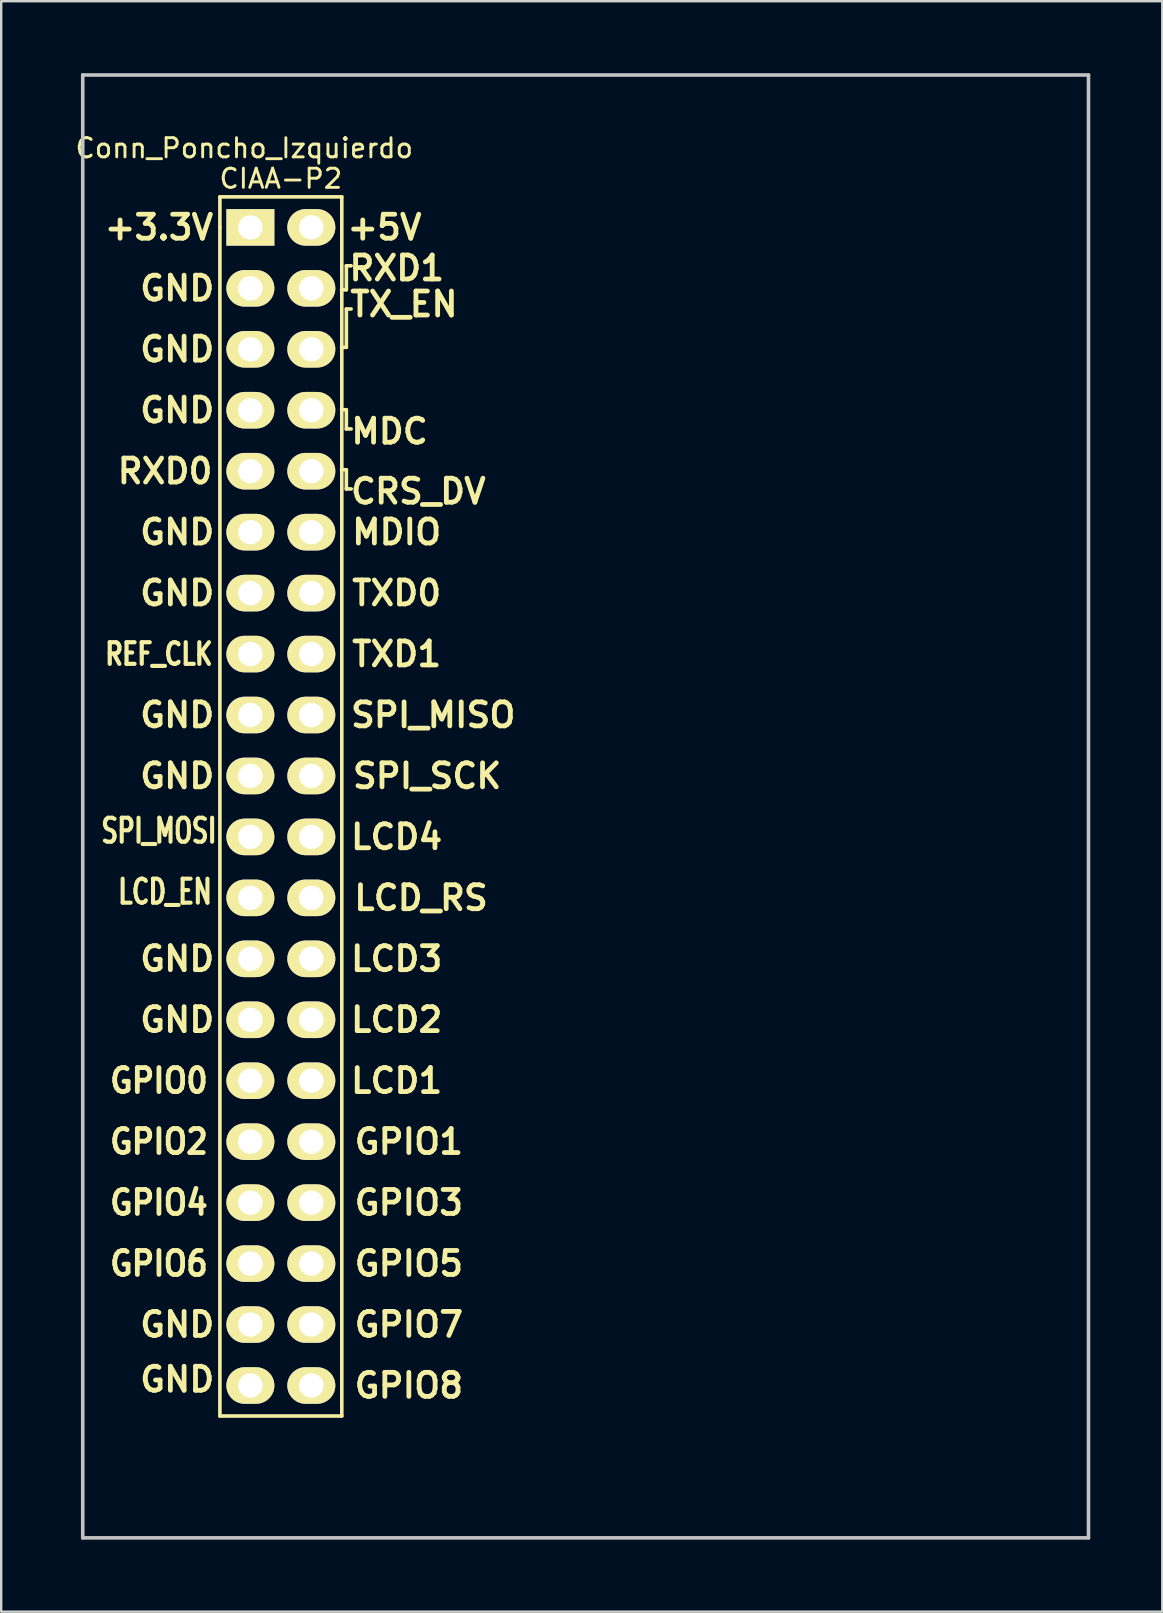
<source format=kicad_pcb>
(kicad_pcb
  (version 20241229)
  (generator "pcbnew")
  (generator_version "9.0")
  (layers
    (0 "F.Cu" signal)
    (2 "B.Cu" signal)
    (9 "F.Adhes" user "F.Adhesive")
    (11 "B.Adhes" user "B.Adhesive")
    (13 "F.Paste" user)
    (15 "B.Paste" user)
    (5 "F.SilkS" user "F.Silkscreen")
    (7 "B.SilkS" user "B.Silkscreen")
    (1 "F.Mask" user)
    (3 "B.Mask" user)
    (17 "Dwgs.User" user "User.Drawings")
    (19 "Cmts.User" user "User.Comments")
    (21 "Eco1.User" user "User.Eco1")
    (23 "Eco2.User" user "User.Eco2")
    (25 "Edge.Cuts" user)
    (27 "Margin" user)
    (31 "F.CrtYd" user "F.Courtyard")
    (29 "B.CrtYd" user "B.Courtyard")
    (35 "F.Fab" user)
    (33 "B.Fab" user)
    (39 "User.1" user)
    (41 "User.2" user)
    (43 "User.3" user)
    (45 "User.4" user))
  (footprint "Conn_Poncho_Izquierdo"
    (layer "F.Cu")
    (at 7.383 6.425)
    (property "Reference" "Conn_Poncho_Izquierdo" (at -0.254 -3.302 0) (layer "F.SilkS") (effects (font (size 0.8 0.8) (thickness 0.12))))
    (attr through_hole)
    (fp_line (start -1.27 -1.27) (end 3.81 -1.27) (stroke (width 0.15) (type solid)) (layer "F.SilkS"))
    (fp_line (start -1.27 0) (end -1.27 -1.27) (stroke (width 0.15) (type solid)) (layer "F.SilkS"))
    (fp_line (start -1.27 49.53) (end -1.27 0) (stroke (width 0.15) (type solid)) (layer "F.SilkS"))
    (fp_line (start 3.81 -1.27) (end 3.81 49.53) (stroke (width 0.15) (type solid)) (layer "F.SilkS"))
    (fp_line (start 3.81 49.53) (end -1.27 49.53) (stroke (width 0.15) (type solid)) (layer "F.SilkS"))
    (fp_line (start 4 1.6) (end 4 2.6) (stroke (width 0.15) (type solid)) (layer "F.SilkS"))
    (fp_line (start 4 2.6) (end 3.8 2.6) (stroke (width 0.15) (type solid)) (layer "F.SilkS"))
    (fp_line (start 4 3.4) (end 4 5) (stroke (width 0.15) (type solid)) (layer "F.SilkS"))
    (fp_line (start 4 5) (end 3.8 5) (stroke (width 0.15) (type solid)) (layer "F.SilkS"))
    (fp_line (start 4 7.6) (end 3.8 7.6) (stroke (width 0.15) (type solid)) (layer "F.SilkS"))
    (fp_line (start 4 8.4) (end 4 7.6) (stroke (width 0.15) (type solid)) (layer "F.SilkS"))
    (fp_line (start 4 10.1) (end 3.8 10.1) (stroke (width 0.15) (type solid)) (layer "F.SilkS"))
    (fp_line (start 4 10.9) (end 4 10.1) (stroke (width 0.15) (type solid)) (layer "F.SilkS"))
    (fp_line (start 4.2 1.6) (end 4 1.6) (stroke (width 0.15) (type solid)) (layer "F.SilkS"))
    (fp_line (start 4.2 3.4) (end 4 3.4) (stroke (width 0.15) (type solid)) (layer "F.SilkS"))
    (fp_line (start 4.2 8.4) (end 4 8.4) (stroke (width 0.15) (type solid)) (layer "F.SilkS"))
    (fp_line (start 4.2 10.9) (end 4 10.9) (stroke (width 0.15) (type solid)) (layer "F.SilkS"))
    (fp_line (start -6.985 54.61) (end -6.985 -6.35) (stroke (width 0.15) (type solid)) (layer "Dwgs.User"))
    (fp_line (start 34.925 -6.35) (end -6.985 -6.35) (stroke (width 0.15) (type solid)) (layer "Dwgs.User"))
    (fp_line (start 34.925 -6.35) (end 34.925 54.61) (stroke (width 0.15) (type solid)) (layer "Dwgs.User"))
    (fp_line (start 34.925 54.61) (end -6.985 54.61) (stroke (width 0.15) (type solid)) (layer "Dwgs.User"))
    (fp_text user "+5V" (at 5.588 0 0) (layer "F.SilkS") (effects (font (size 1 1) (thickness 0.2))))
    (fp_text user "GND" (at -3.048 12.7 0) (layer "F.SilkS") (effects (font (size 1 1) (thickness 0.2))))
    (fp_text user "GND" (at -3.048 20.32 0) (layer "F.SilkS") (effects (font (size 1 1) (thickness 0.2))))
    (fp_text user "GND" (at -3.048 48.006 0) (layer "F.SilkS") (effects (font (size 1 1) (thickness 0.2))))
    (fp_text user "LCD3" (at 6.096 30.48 0) (layer "F.SilkS") (effects (font (size 1 1) (thickness 0.2))))
    (fp_text user "GPIO7" (at 6.604 45.72 0) (layer "F.SilkS") (effects (font (size 1 1) (thickness 0.2))))
    (fp_text user "TXD1" (at 6.096 17.78 0) (layer "F.SilkS") (effects (font (size 1 1) (thickness 0.2))))
    (fp_text user "LCD_RS" (at 7.112 27.94 0) (layer "F.SilkS") (effects (font (size 1 1) (thickness 0.2))))
    (fp_text user "TXD0" (at 6.096 15.24 0) (layer "F.SilkS") (effects (font (size 1 1) (thickness 0.2))))
    (fp_text user "GPIO4" (at -3.81 40.64 0) (layer "F.SilkS") (effects (font (size 1 0.9) (thickness 0.2))))
    (fp_text user "MDC" (at 5.8 8.5 0) (layer "F.SilkS") (effects (font (size 1 1) (thickness 0.2))))
    (fp_text user "LCD2" (at 6.096 33.02 0) (layer "F.SilkS") (effects (font (size 1 1) (thickness 0.2))))
    (fp_text user "GPIO3" (at 6.604 40.64 0) (layer "F.SilkS") (effects (font (size 1 1) (thickness 0.2))))
    (fp_text user "RXD1" (at 6.1 1.7 0) (layer "F.SilkS") (effects (font (size 1 1) (thickness 0.2))))
    (fp_text user "LCD4" (at 6.096 25.4 0) (layer "F.SilkS") (effects (font (size 1 1) (thickness 0.2))))
    (fp_text user "GPIO5" (at 6.604 43.18 0) (layer "F.SilkS") (effects (font (size 1 1) (thickness 0.2))))
    (fp_text user "GPIO2" (at -3.81 38.1 0) (layer "F.SilkS") (effects (font (size 1 0.9) (thickness 0.2))))
    (fp_text user "GND" (at -3.048 30.48 0) (layer "F.SilkS") (effects (font (size 1 1) (thickness 0.2))))
    (fp_text user "GND" (at -3.048 45.72 0) (layer "F.SilkS") (effects (font (size 1 1) (thickness 0.2))))
    (fp_text user "+3.3V" (at -3.81 0 0) (layer "F.SilkS") (effects (font (size 1 1) (thickness 0.2))))
    (fp_text user "SPI_MOSI" (at -3.81 25.146 0) (layer "F.SilkS") (effects (font (size 1 0.7) (thickness 0.17))))
    (fp_text user "GND" (at -3.048 7.62 0) (layer "F.SilkS") (effects (font (size 1 1) (thickness 0.2))))
    (fp_text user "GND" (at -3.048 33.02 0) (layer "F.SilkS") (effects (font (size 1 1) (thickness 0.2))))
    (fp_text user "RXD0" (at -3.556 10.16 0) (layer "F.SilkS") (effects (font (size 1 1) (thickness 0.2))))
    (fp_text user "LCD_EN" (at -3.556 27.686 0) (layer "F.SilkS") (effects (font (size 1 0.7) (thickness 0.17))))
    (fp_text user "CIAA-P2" (at 1.27 -2.032 0) (layer "F.SilkS") (effects (font (size 0.8 0.8) (thickness 0.12))))
    (fp_text user "REF_CLK" (at -3.81 17.78 0) (layer "F.SilkS") (effects (font (size 0.9 0.7) (thickness 0.175))))
    (fp_text user "SPI_SCK" (at 7.366 22.86 0) (layer "F.SilkS") (effects (font (size 1 1) (thickness 0.2))))
    (fp_text user "GPIO6" (at -3.81 43.18 0) (layer "F.SilkS") (effects (font (size 1 0.9) (thickness 0.2))))
    (fp_text user "CRS_DV" (at 7 11 0) (layer "F.SilkS") (effects (font (size 1 1) (thickness 0.2))))
    (fp_text user "GND" (at -3.048 15.24 0) (layer "F.SilkS") (effects (font (size 1 1) (thickness 0.2))))
    (fp_text user "TX_EN" (at 6.4 3.2 0) (layer "F.SilkS") (effects (font (size 1 1) (thickness 0.2))))
    (fp_text user "GPIO8" (at 6.604 48.26 0) (layer "F.SilkS") (effects (font (size 1 1) (thickness 0.2))))
    (fp_text user "LCD1" (at 6.096 35.56 0) (layer "F.SilkS") (effects (font (size 1 1) (thickness 0.2))))
    (fp_text user "GND" (at -3.048 5.08 0) (layer "F.SilkS") (effects (font (size 1 1) (thickness 0.2))))
    (fp_text user "SPI_MISO" (at 7.62 20.32 0) (layer "F.SilkS") (effects (font (size 1 1) (thickness 0.2))))
    (fp_text user "GND" (at -3.048 2.54 0) (layer "F.SilkS") (effects (font (size 1 1) (thickness 0.2))))
    (fp_text user "GND" (at -3.048 22.86 0) (layer "F.SilkS") (effects (font (size 1 1) (thickness 0.2))))
    (fp_text user "MDIO" (at 6.096 12.7 0) (layer "F.SilkS") (effects (font (size 1 1) (thickness 0.2))))
    (fp_text user "GPIO1" (at 6.604 38.1 0) (layer "F.SilkS") (effects (font (size 1 1) (thickness 0.2))))
    (fp_text user "GPIO0" (at -3.81 35.56 0) (layer "F.SilkS") (effects (font (size 1 0.9) (thickness 0.2))))
    (pad "41" thru_hole rect (at 0 0 270) (size 1.524 2) (drill 1.016) (layers "*.Cu" "*.Mask" "F.SilkS"))
    (pad "42" thru_hole oval (at 2.54 0 270) (size 1.524 2) (drill 1.016) (layers "*.Cu" "*.Mask" "F.SilkS"))
    (pad "43" thru_hole oval (at 0 2.54 270) (size 1.524 2) (drill 1.016) (layers "*.Cu" "*.Mask" "F.SilkS"))
    (pad "44" thru_hole oval (at 2.54 2.54 270) (size 1.524 2) (drill 1.016) (layers "*.Cu" "*.Mask" "F.SilkS"))
    (pad "45" thru_hole oval (at 0 5.08 270) (size 1.524 2) (drill 1.016) (layers "*.Cu" "*.Mask" "F.SilkS"))
    (pad "46" thru_hole oval (at 2.54 5.08 270) (size 1.524 2) (drill 1.016) (layers "*.Cu" "*.Mask" "F.SilkS"))
    (pad "47" thru_hole oval (at 0 7.62 270) (size 1.524 2) (drill 1.016) (layers "*.Cu" "*.Mask" "F.SilkS"))
    (pad "48" thru_hole oval (at 2.54 7.62 270) (size 1.524 2) (drill 1.016) (layers "*.Cu" "*.Mask" "F.SilkS"))
    (pad "49" thru_hole oval (at 0 10.16 270) (size 1.524 2) (drill 1.016) (layers "*.Cu" "*.Mask" "F.SilkS"))
    (pad "50" thru_hole oval (at 2.54 10.16 270) (size 1.524 2) (drill 1.016) (layers "*.Cu" "*.Mask" "F.SilkS"))
    (pad "51" thru_hole oval (at 0 12.7 270) (size 1.524 2) (drill 1.016) (layers "*.Cu" "*.Mask" "F.SilkS"))
    (pad "52" thru_hole oval (at 2.54 12.7 270) (size 1.524 2) (drill 1.016) (layers "*.Cu" "*.Mask" "F.SilkS"))
    (pad "53" thru_hole oval (at 0 15.24 270) (size 1.524 2) (drill 1.016) (layers "*.Cu" "*.Mask" "F.SilkS"))
    (pad "54" thru_hole oval (at 2.54 15.24 270) (size 1.524 2) (drill 1.016) (layers "*.Cu" "*.Mask" "F.SilkS"))
    (pad "55" thru_hole oval (at 0 17.78 270) (size 1.524 2) (drill 1.016) (layers "*.Cu" "*.Mask" "F.SilkS"))
    (pad "56" thru_hole oval (at 2.54 17.78 270) (size 1.524 2) (drill 1.016) (layers "*.Cu" "*.Mask" "F.SilkS"))
    (pad "57" thru_hole oval (at 0 20.32 270) (size 1.524 2) (drill 1.016) (layers "*.Cu" "*.Mask" "F.SilkS"))
    (pad "58" thru_hole oval (at 2.54 20.32 270) (size 1.524 2) (drill 1.016) (layers "*.Cu" "*.Mask" "F.SilkS"))
    (pad "59" thru_hole oval (at 0 22.86 270) (size 1.524 2) (drill 1.016) (layers "*.Cu" "*.Mask" "F.SilkS"))
    (pad "60" thru_hole oval (at 2.54 22.86 270) (size 1.524 2) (drill 1.016) (layers "*.Cu" "*.Mask" "F.SilkS"))
    (pad "61" thru_hole oval (at 0 25.4 270) (size 1.524 2) (drill 1.016) (layers "*.Cu" "*.Mask" "F.SilkS"))
    (pad "62" thru_hole oval (at 2.54 25.4 270) (size 1.524 2) (drill 1.016) (layers "*.Cu" "*.Mask" "F.SilkS"))
    (pad "63" thru_hole oval (at 0 27.94 270) (size 1.524 2) (drill 1.016) (layers "*.Cu" "*.Mask" "F.SilkS"))
    (pad "64" thru_hole oval (at 2.54 27.94 270) (size 1.524 2) (drill 1.016) (layers "*.Cu" "*.Mask" "F.SilkS"))
    (pad "65" thru_hole oval (at 0 30.48 270) (size 1.524 2) (drill 1.016) (layers "*.Cu" "*.Mask" "F.SilkS"))
    (pad "66" thru_hole oval (at 2.54 30.48 270) (size 1.524 2) (drill 1.016) (layers "*.Cu" "*.Mask" "F.SilkS"))
    (pad "67" thru_hole oval (at 0 33.02 270) (size 1.524 2) (drill 1.016) (layers "*.Cu" "*.Mask" "F.SilkS"))
    (pad "68" thru_hole oval (at 2.54 33.02 270) (size 1.524 2) (drill 1.016) (layers "*.Cu" "*.Mask" "F.SilkS"))
    (pad "69" thru_hole oval (at 0 35.56 270) (size 1.524 2) (drill 1.016) (layers "*.Cu" "*.Mask" "F.SilkS"))
    (pad "70" thru_hole oval (at 2.54 35.56 270) (size 1.524 2) (drill 1.016) (layers "*.Cu" "*.Mask" "F.SilkS"))
    (pad "71" thru_hole oval (at 0 38.1 270) (size 1.524 2) (drill 1.016) (layers "*.Cu" "*.Mask" "F.SilkS"))
    (pad "72" thru_hole oval (at 2.54 38.1 270) (size 1.524 2) (drill 1.016) (layers "*.Cu" "*.Mask" "F.SilkS"))
    (pad "73" thru_hole oval (at 0 40.64 270) (size 1.524 2) (drill 1.016) (layers "*.Cu" "*.Mask" "F.SilkS"))
    (pad "74" thru_hole oval (at 2.54 40.64 270) (size 1.524 2) (drill 1.016) (layers "*.Cu" "*.Mask" "F.SilkS"))
    (pad "75" thru_hole oval (at 0 43.18 270) (size 1.524 2) (drill 1.016) (layers "*.Cu" "*.Mask" "F.SilkS"))
    (pad "76" thru_hole oval (at 2.54 43.18 270) (size 1.524 2) (drill 1.016) (layers "*.Cu" "*.Mask" "F.SilkS"))
    (pad "77" thru_hole oval (at 0 45.72 270) (size 1.524 2) (drill 1.016) (layers "*.Cu" "*.Mask" "F.SilkS"))
    (pad "78" thru_hole oval (at 2.54 45.72 270) (size 1.524 2) (drill 1.016) (layers "*.Cu" "*.Mask" "F.SilkS"))
    (pad "79" thru_hole oval (at 0 48.26 270) (size 1.524 2) (drill 1.016) (layers "*.Cu" "*.Mask" "F.SilkS"))
    (pad "80" thru_hole oval (at 2.54 48.26 270) (size 1.524 2) (drill 1.016) (layers "*.Cu" "*.Mask" "F.SilkS")))
  (gr_rect
    (start -3 -3)
    (end 45.383 64.11)
    (stroke (width 0.1) (type default))
    (fill no)
    (layer "Edge.Cuts")))
</source>
